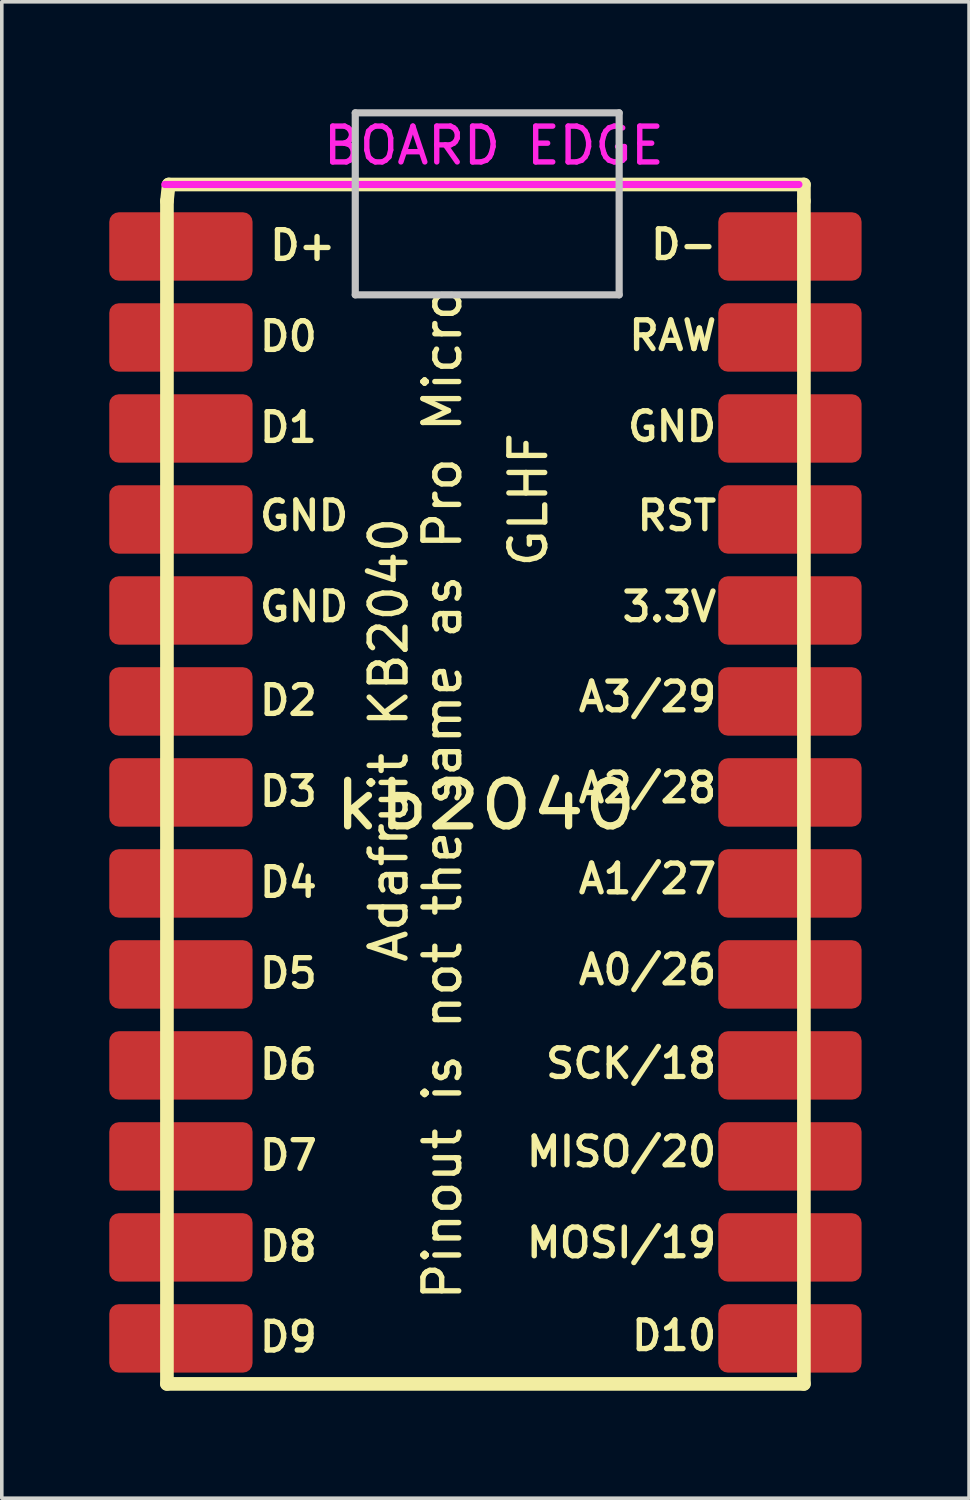
<source format=kicad_pcb>
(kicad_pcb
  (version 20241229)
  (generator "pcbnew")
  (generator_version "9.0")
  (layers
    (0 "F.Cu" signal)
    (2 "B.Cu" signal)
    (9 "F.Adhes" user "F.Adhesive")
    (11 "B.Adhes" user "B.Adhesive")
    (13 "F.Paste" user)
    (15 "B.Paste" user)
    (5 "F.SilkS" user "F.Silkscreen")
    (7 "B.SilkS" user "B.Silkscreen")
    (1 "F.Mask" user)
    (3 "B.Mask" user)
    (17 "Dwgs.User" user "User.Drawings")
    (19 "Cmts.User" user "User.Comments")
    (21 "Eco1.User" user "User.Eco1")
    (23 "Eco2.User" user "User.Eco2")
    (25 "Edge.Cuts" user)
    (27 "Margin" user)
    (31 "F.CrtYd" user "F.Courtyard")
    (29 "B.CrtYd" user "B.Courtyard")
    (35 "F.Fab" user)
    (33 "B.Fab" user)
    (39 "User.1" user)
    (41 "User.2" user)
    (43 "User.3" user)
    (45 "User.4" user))
  (footprint "kb2040"
    (layer "F.Cu")
    (at 10.5 17.8)
    (property "Reference" "kb2040" (at 0 1.625 0) (layer "F.SilkS") (effects (font (size 1.27 1.524) (thickness 0.203))))
    (attr through_hole)
    (fp_line (start -8.89 -15.24) (end -8.89 17.78) (stroke (width 0.381) (type solid)) (layer "F.SilkS"))
    (fp_line (start -8.89 17.78) (end 8.89 17.78) (stroke (width 0.381) (type solid)) (layer "F.SilkS"))
    (fp_line (start -8.84 -15.7) (end -8.89 -15.24) (stroke (width 0.381) (type solid)) (layer "F.SilkS"))
    (fp_line (start 8.89 -15.7) (end -8.84 -15.7) (stroke (width 0.381) (type solid)) (layer "F.SilkS"))
    (fp_line (start 8.89 -15.24) (end 8.89 -15.7) (stroke (width 0.381) (type solid)) (layer "F.SilkS"))
    (fp_line (start 8.89 17.78) (end 8.89 -15.24) (stroke (width 0.381) (type solid)) (layer "F.SilkS"))
    (fp_line (start -3.633 -17.7) (end 3.733 -17.7) (stroke (width 0.2) (type solid)) (layer "Dwgs.User"))
    (fp_line (start -3.633 -12.62) (end -3.633 -17.7) (stroke (width 0.2) (type solid)) (layer "Dwgs.User"))
    (fp_line (start 3.733 -17.7) (end 3.733 -12.62) (stroke (width 0.2) (type solid)) (layer "Dwgs.User"))
    (fp_line (start 3.733 -12.62) (end -3.633 -12.62) (stroke (width 0.2) (type solid)) (layer "Dwgs.User"))
    (fp_line (start -8.95 -15.7) (end 8.75 -15.7) (stroke (width 0.2) (type solid)) (layer "F.CrtYd"))
    (fp_text user "GND" (at 5.21 -8.944 0) (layer "F.SilkS") (effects (font (size 0.8 0.8) (thickness 0.15))))
    (fp_text user "D0" (at -5.5 -11.46 0) (layer "F.SilkS") (effects (font (size 0.8 0.8) (thickness 0.15))))
    (fp_text user "D3" (at -5.5 1.24 0) (layer "F.SilkS") (effects (font (size 0.8 0.8) (thickness 0.15))))
    (fp_text user "Adafruit KB2040" (at -2.7 -0.2 90) (unlocked yes) (layer "F.SilkS") (effects (font (size 1 1) (thickness 0.15))))
    (fp_text user "GND" (at -5.062 -3.916 0) (layer "F.SilkS") (effects (font (size 0.8 0.8) (thickness 0.15))))
    (fp_text user "D5" (at -5.5 6.32 0) (layer "F.SilkS") (effects (font (size 0.8 0.8) (thickness 0.15))))
    (fp_text user "D2" (at -5.5 -1.3 0) (layer "F.SilkS") (effects (font (size 0.8 0.8) (thickness 0.15))))
    (fp_text user "A2/28" (at 4.524 1.14 0) (layer "F.SilkS") (effects (font (size 0.8 0.8) (thickness 0.15))))
    (fp_text user "D-" (at 5.533 -14.024 0) (layer "F.SilkS") (effects (font (size 0.8 0.8) (thickness 0.15))))
    (fp_text user "MOSI/19" (at 3.8 13.84 0) (layer "F.SilkS") (effects (font (size 0.8 0.8) (thickness 0.15))))
    (fp_text user "D4" (at -5.5 3.78 0) (layer "F.SilkS") (effects (font (size 0.8 0.8) (thickness 0.15))))
    (fp_text user "A0/26" (at 4.524 6.22 0) (layer "F.SilkS") (effects (font (size 0.8 0.8) (thickness 0.15))))
    (fp_text user "RAW" (at 5.229 -11.484 0) (layer "F.SilkS") (effects (font (size 0.8 0.8) (thickness 0.15))))
    (fp_text user "3.3V" (at 5.133 -3.915 0) (layer "F.SilkS") (effects (font (size 0.8 0.8) (thickness 0.15))))
    (fp_text user "D7" (at -5.5 11.4 0) (layer "F.SilkS") (effects (font (size 0.8 0.8) (thickness 0.15))))
    (fp_text user "MISO/20" (at 3.8 11.3 0) (layer "F.SilkS") (effects (font (size 0.8 0.8) (thickness 0.15))))
    (fp_text user "GLHF" (at 1.2 -6.9 90) (unlocked yes) (layer "F.SilkS") (effects (font (size 1 1) (thickness 0.15))))
    (fp_text user "SCK/18" (at 4.067 8.836 0) (layer "F.SilkS") (effects (font (size 0.8 0.8) (thickness 0.15))))
    (fp_text user "A3/29" (at 4.524 -1.4 0) (layer "F.SilkS") (effects (font (size 0.8 0.8) (thickness 0.15))))
    (fp_text user "D6" (at -5.5 8.86 0) (layer "F.SilkS") (effects (font (size 0.8 0.8) (thickness 0.15))))
    (fp_text user "GND" (at -5.062 -6.456 0) (layer "F.SilkS") (effects (font (size 0.8 0.8) (thickness 0.15))))
    (fp_text user "RST" (at 5.343 -6.455 0) (layer "F.SilkS") (effects (font (size 0.8 0.8) (thickness 0.15))))
    (fp_text user "D1" (at -5.5 -8.92 0) (layer "F.SilkS") (effects (font (size 0.8 0.8) (thickness 0.15))))
    (fp_text user "D8" (at -5.5 13.94 0) (layer "F.SilkS") (effects (font (size 0.8 0.8) (thickness 0.15))))
    (fp_text user "D10" (at 5.267 16.431 0) (layer "F.SilkS") (effects (font (size 0.8 0.8) (thickness 0.15))))
    (fp_text user "Pinout is not the same as Pro Micro" (at -1.2 1.3 90) (unlocked yes) (layer "F.SilkS") (effects (font (size 1 1) (thickness 0.15))))
    (fp_text user "D+" (at -5.1 -14 0) (layer "F.SilkS") (effects (font (size 0.8 0.8) (thickness 0.15))))
    (fp_text user "A1/27" (at 4.524 3.68 0) (layer "F.SilkS") (effects (font (size 0.8 0.8) (thickness 0.15))))
    (fp_text user "D9" (at -5.5 16.47 0) (layer "F.SilkS") (effects (font (size 0.8 0.8) (thickness 0.15))))
    (fp_text user "BOARD EDGE" (at -4.6 -16.2 0) (unlocked yes) (layer "F.CrtYd") (effects (font (size 1 1) (thickness 0.15)) (justify left bottom)))
    (pad "1" smd roundrect (at -8.5 -13.97 270) (size 1.91 4) (layers "F.Cu" "F.Mask" "F.Paste") (roundrect_rratio 0.14))
    (pad "2" smd roundrect (at -8.5 -11.43 270) (size 1.91 4) (layers "F.Cu" "F.Mask" "F.Paste") (roundrect_rratio 0.14))
    (pad "3" smd roundrect (at -8.5 -8.89 270) (size 1.91 4) (layers "F.Cu" "F.Mask" "F.Paste") (roundrect_rratio 0.14))
    (pad "4" smd roundrect (at -8.5 -6.35 270) (size 1.91 4) (layers "F.Cu" "F.Mask" "F.Paste") (roundrect_rratio 0.14))
    (pad "5" smd roundrect (at -8.5 -3.81 270) (size 1.91 4) (layers "F.Cu" "F.Mask" "F.Paste") (roundrect_rratio 0.14))
    (pad "6" smd roundrect (at -8.5 -1.27 270) (size 1.91 4) (layers "F.Cu" "F.Mask" "F.Paste") (roundrect_rratio 0.14))
    (pad "7" smd roundrect (at -8.5 1.27 270) (size 1.91 4) (layers "F.Cu" "F.Mask" "F.Paste") (roundrect_rratio 0.14))
    (pad "8" smd roundrect (at -8.5 3.81 270) (size 1.91 4) (layers "F.Cu" "F.Mask" "F.Paste") (roundrect_rratio 0.14))
    (pad "9" smd roundrect (at -8.5 6.35 270) (size 1.91 4) (layers "F.Cu" "F.Mask" "F.Paste") (roundrect_rratio 0.14))
    (pad "10" smd roundrect (at -8.5 8.89 270) (size 1.91 4) (layers "F.Cu" "F.Mask" "F.Paste") (roundrect_rratio 0.14))
    (pad "11" smd roundrect (at -8.5 11.43 270) (size 1.91 4) (layers "F.Cu" "F.Mask" "F.Paste") (roundrect_rratio 0.14))
    (pad "12" smd roundrect (at -8.5 13.97 270) (size 1.91 4) (layers "F.Cu" "F.Mask" "F.Paste") (roundrect_rratio 0.14))
    (pad "13" smd roundrect (at -8.5 16.51 270) (size 1.91 4) (layers "F.Cu" "F.Mask" "F.Paste") (roundrect_rratio 0.14))
    (pad "14" smd roundrect (at 8.5 -13.97 270) (size 1.91 4) (layers "F.Cu" "F.Mask" "F.Paste") (roundrect_rratio 0.14))
    (pad "15" smd roundrect (at 8.5 -11.43 270) (size 1.91 4) (layers "F.Cu" "F.Mask" "F.Paste") (roundrect_rratio 0.14))
    (pad "16" smd roundrect (at 8.5 -8.89 270) (size 1.91 4) (layers "F.Cu" "F.Mask" "F.Paste") (roundrect_rratio 0.14))
    (pad "17" smd roundrect (at 8.5 -6.35 270) (size 1.91 4) (layers "F.Cu" "F.Mask" "F.Paste") (roundrect_rratio 0.14))
    (pad "18" smd roundrect (at 8.5 -3.81 270) (size 1.91 4) (layers "F.Cu" "F.Mask" "F.Paste") (roundrect_rratio 0.14))
    (pad "19" smd roundrect (at 8.5 -1.27 270) (size 1.91 4) (layers "F.Cu" "F.Mask" "F.Paste") (roundrect_rratio 0.14))
    (pad "20" smd roundrect (at 8.5 1.27 270) (size 1.91 4) (layers "F.Cu" "F.Mask" "F.Paste") (roundrect_rratio 0.14))
    (pad "21" smd roundrect (at 8.5 3.81 270) (size 1.91 4) (layers "F.Cu" "F.Mask" "F.Paste") (roundrect_rratio 0.14))
    (pad "22" smd roundrect (at 8.5 6.35 270) (size 1.91 4) (layers "F.Cu" "F.Mask" "F.Paste") (roundrect_rratio 0.14))
    (pad "23" smd roundrect (at 8.5 8.89 270) (size 1.91 4) (layers "F.Cu" "F.Mask" "F.Paste") (roundrect_rratio 0.14))
    (pad "24" smd roundrect (at 8.5 11.43 270) (size 1.91 4) (layers "F.Cu" "F.Mask" "F.Paste") (roundrect_rratio 0.14))
    (pad "25" smd roundrect (at 8.5 13.97 270) (size 1.91 4) (layers "F.Cu" "F.Mask" "F.Paste") (roundrect_rratio 0.14))
    (pad "26" smd roundrect (at 8.5 16.51 270) (size 1.91 4) (layers "F.Cu" "F.Mask" "F.Paste") (roundrect_rratio 0.14)))
  (gr_rect
    (start -3 -3)
    (end 24 38.77)
    (stroke (width 0.1) (type default))
    (fill no)
    (layer "Edge.Cuts")))
</source>
